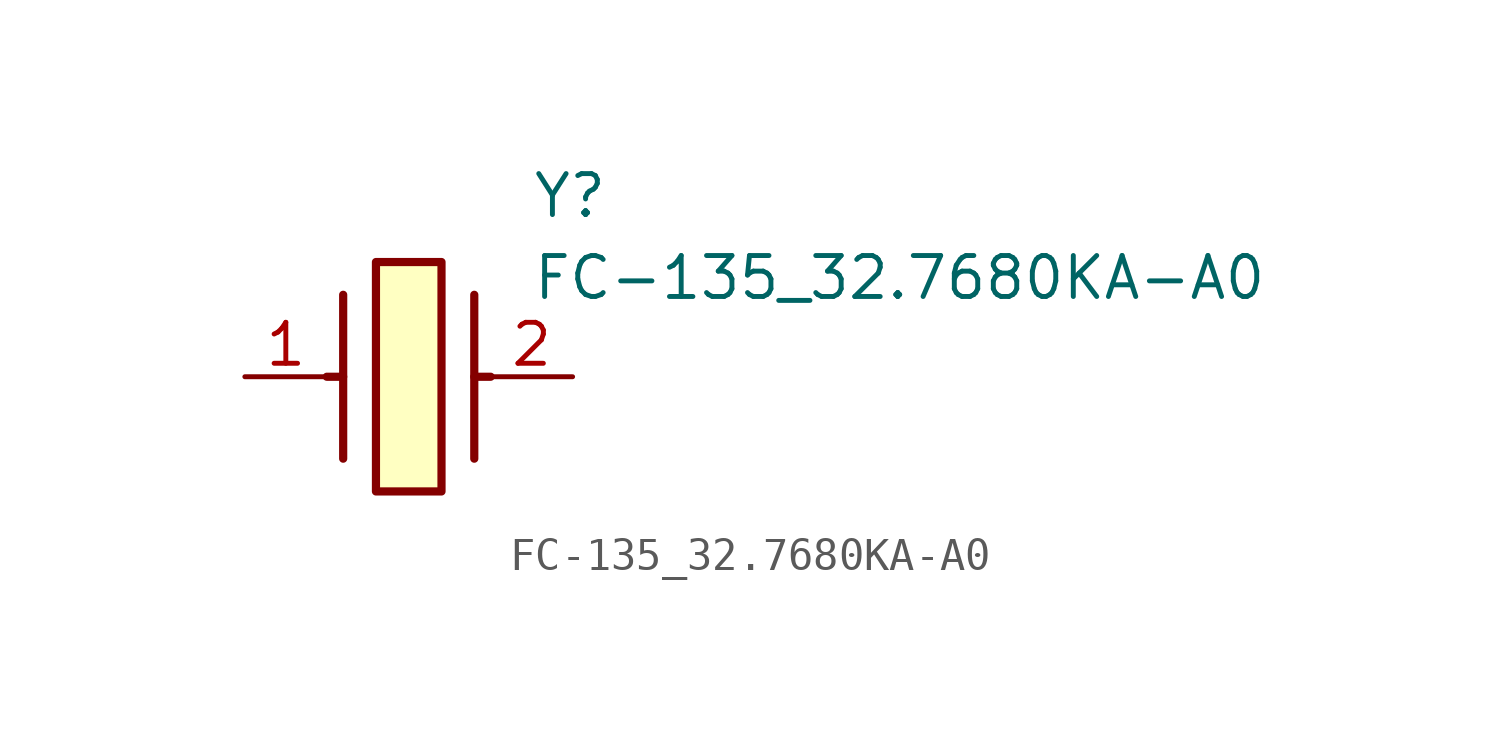
<source format=kicad_sym>
(kicad_symbol_lib
  (version 20241209)
  (generator "kicad_symbol_editor")
  (generator_version "9.0")
  (symbol "FC-135_32.7680KA-A0"
    (pin_names
      (hide yes))
    (property "Reference" "Y"
      (at 8.89 6.35 0)
      (effects (font (size 1.27 1.27)) (justify left top)))
    (property "Value" "FC-135_32.7680KA-A0"
      (at 8.89 3.81 0)
      (effects (font (size 1.27 1.27)) (justify left top)))
    (symbol "FC-135_32.7680KA-A0_1_1"
      (polyline (pts (xy 3.048 2.54) (xy 3.048 -2.54)) (stroke (width 0.254) (type default)) (fill (type none)))
      (polyline (pts (xy 3.048 0) (xy 2.54 0)) (stroke (width 0.254) (type default)) (fill (type none)))
      (rectangle (start 4.064 3.556) (end 6.096 -3.556) (stroke (width 0.254) (type default)) (fill (type background)))
      (polyline (pts (xy 7.112 2.54) (xy 7.112 -2.54)) (stroke (width 0.254) (type default)) (fill (type none)))
      (polyline (pts (xy 7.112 0) (xy 7.62 0)) (stroke (width 0.254) (type default)) (fill (type none)))
      (pin passive line (at 0 0 0) (length 2.54) (name "1" (effects (font (size 1.27 1.27)))) (number "1" (effects (font (size 1.27 1.27)))))
      (pin passive line (at 10.16 0 180) (length 2.54) (name "2" (effects (font (size 1.27 1.27)))) (number "2" (effects (font (size 1.27 1.27))))))))
</source>
